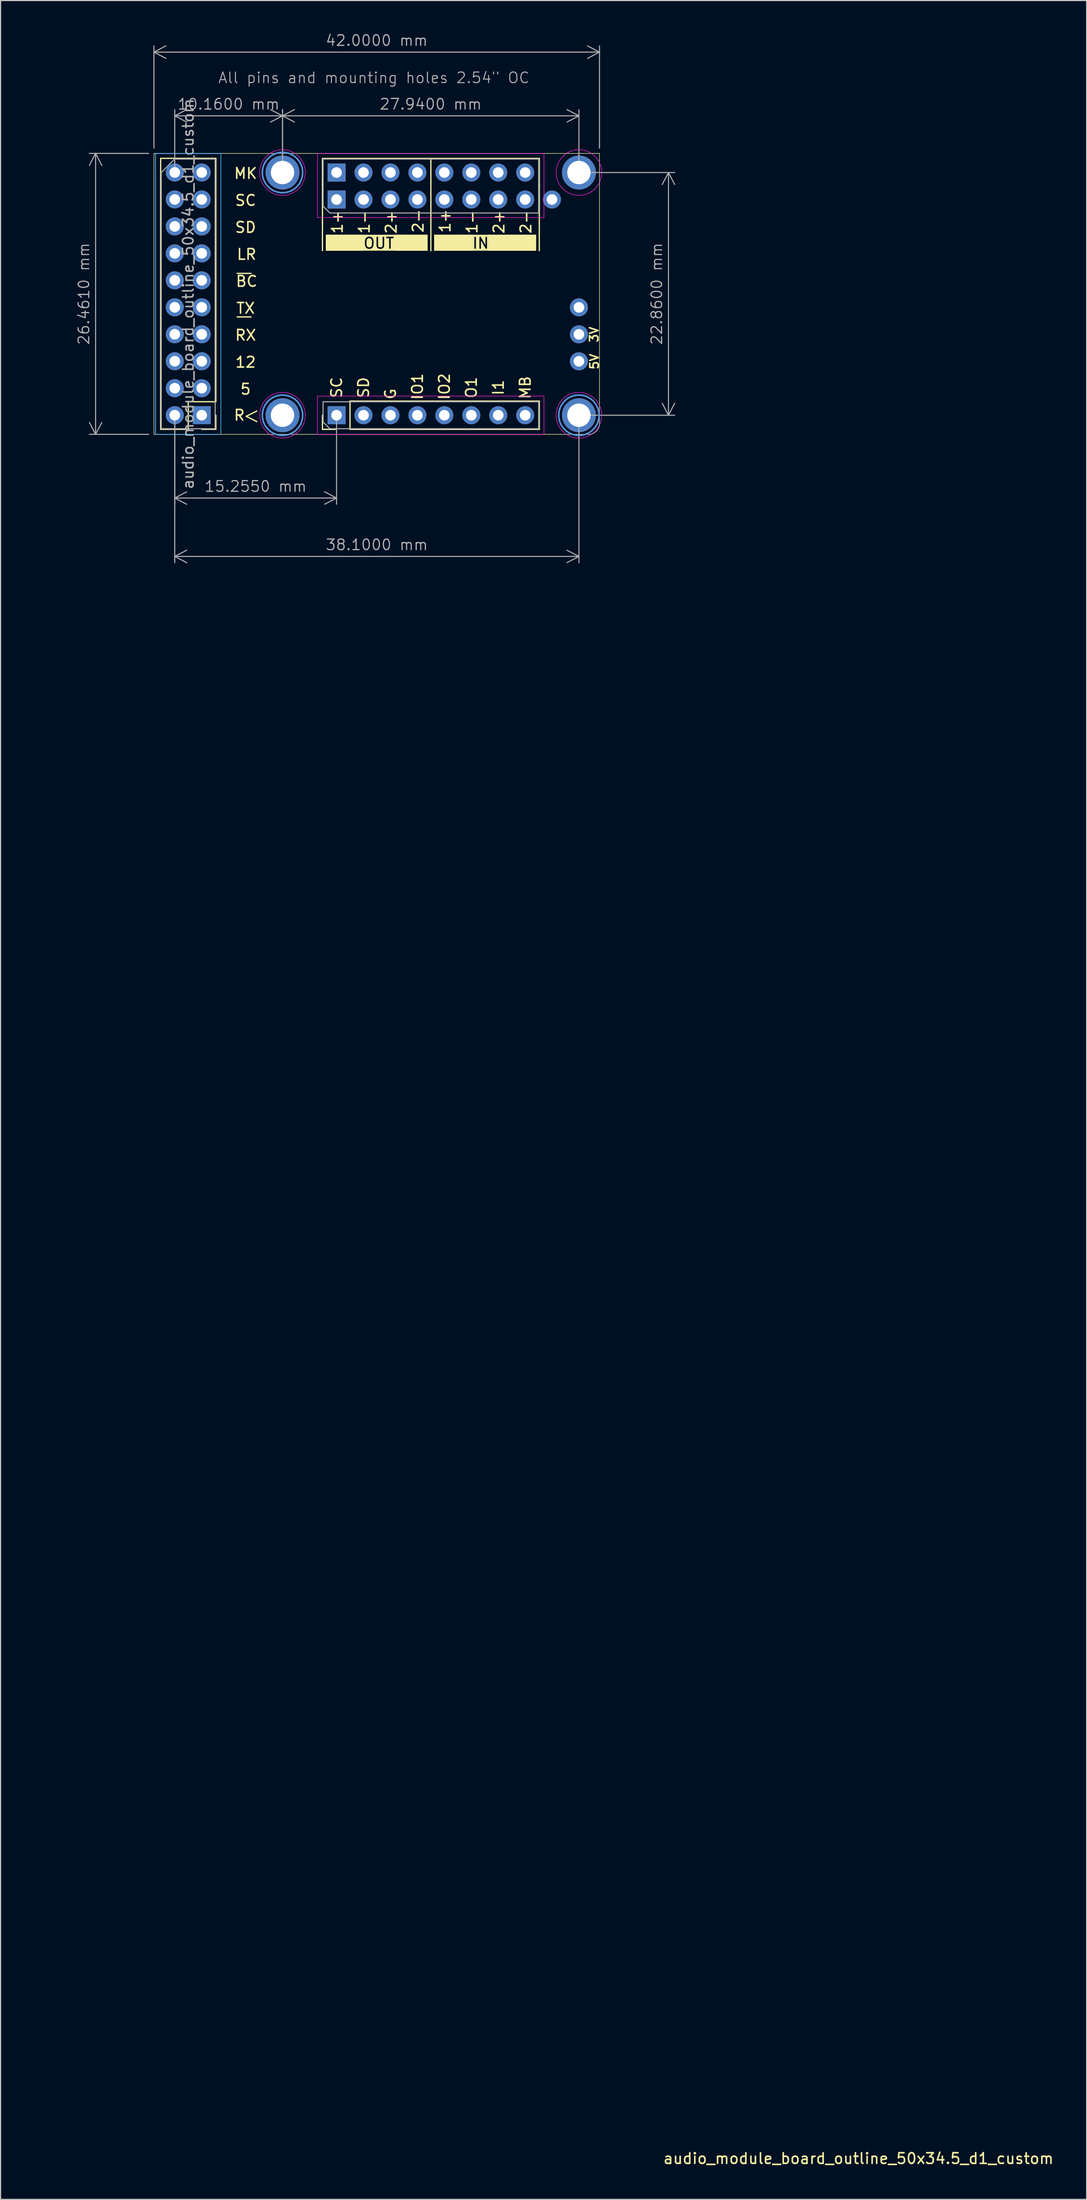
<source format=kicad_pcb>
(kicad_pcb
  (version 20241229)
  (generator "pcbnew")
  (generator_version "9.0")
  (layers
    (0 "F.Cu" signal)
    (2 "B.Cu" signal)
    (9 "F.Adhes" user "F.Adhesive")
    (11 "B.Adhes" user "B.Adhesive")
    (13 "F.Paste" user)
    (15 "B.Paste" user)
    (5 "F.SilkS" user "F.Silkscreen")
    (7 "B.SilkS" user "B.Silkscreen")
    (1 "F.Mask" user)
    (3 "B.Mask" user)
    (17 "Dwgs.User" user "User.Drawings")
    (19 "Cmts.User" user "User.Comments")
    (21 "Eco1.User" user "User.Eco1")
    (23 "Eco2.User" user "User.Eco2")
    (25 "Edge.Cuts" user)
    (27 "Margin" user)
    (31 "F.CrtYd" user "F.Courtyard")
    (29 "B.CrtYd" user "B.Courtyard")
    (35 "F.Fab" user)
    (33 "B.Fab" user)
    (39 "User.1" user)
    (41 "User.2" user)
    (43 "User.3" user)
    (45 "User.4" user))
  (footprint "audio_module_board_outline_50x34.5_d1_custom"
    (layer "F.Cu")
    (at 11.46 37.861)
    (property "Reference" "audio_module_board_outline_50x34.5_d1_custom" (at 66.414 162.401 180) (layer "F.SilkS") (effects (font (size 1 1) (thickness 0.15))))
    (attr through_hole exclude_from_bom)
    (fp_line (start 0 -26.46) (end 42 -26.46) (stroke (width 0.05) (type default)) (layer "F.SilkS"))
    (fp_line (start 0 0) (end 0 -26.46) (stroke (width 0.05) (type default)) (layer "F.SilkS"))
    (fp_line (start 0.635 -0.475) (end 0.635 -25.995) (stroke (width 0.12) (type solid)) (layer "F.SilkS"))
    (fp_line (start 3.235 -3.075) (end 3.235 -0.475) (stroke (width 0.12) (type solid)) (layer "F.SilkS"))
    (fp_line (start 3.235 -0.475) (end 0.635 -0.475) (stroke (width 0.12) (type solid)) (layer "F.SilkS"))
    (fp_line (start 5.835 -25.995) (end 0.635 -25.995) (stroke (width 0.12) (type solid)) (layer "F.SilkS"))
    (fp_line (start 5.835 -3.075) (end 3.235 -3.075) (stroke (width 0.12) (type solid)) (layer "F.SilkS"))
    (fp_line (start 5.835 -3.075) (end 5.835 -25.995) (stroke (width 0.12) (type solid)) (layer "F.SilkS"))
    (fp_line (start 5.835 -1.805) (end 5.835 -0.475) (stroke (width 0.12) (type solid)) (layer "F.SilkS"))
    (fp_line (start 5.835 -0.475) (end 4.505 -0.475) (stroke (width 0.12) (type solid)) (layer "F.SilkS"))
    (fp_line (start 7.845 -15.16) (end 9.155 -15.16) (stroke (width 0.12) (type solid)) (layer "F.SilkS"))
    (fp_line (start 8.7 -1.7) (end 9.7 -1.2) (stroke (width 0.12) (type solid)) (layer "F.SilkS"))
    (fp_line (start 9.155 -11.06) (end 7.845 -11.06) (stroke (width 0.12) (type solid)) (layer "F.SilkS"))
    (fp_line (start 9.7 -2.2) (end 8.7 -1.7) (stroke (width 0.12) (type solid)) (layer "F.SilkS"))
    (fp_line (start 15.885 -25.99) (end 36.325 -25.99) (stroke (width 0.12) (type solid)) (layer "F.SilkS"))
    (fp_line (start 15.885 -20.79) (end 15.885 -25.99) (stroke (width 0.12) (type solid)) (layer "F.SilkS"))
    (fp_line (start 15.885 -20.79) (end 15.885 -17.3) (stroke (width 0.12) (type solid)) (layer "F.SilkS"))
    (fp_line (start 15.885 -0.47) (end 15.885 -1.8) (stroke (width 0.12) (type solid)) (layer "F.SilkS"))
    (fp_line (start 17.215 -0.47) (end 15.885 -0.47) (stroke (width 0.12) (type solid)) (layer "F.SilkS"))
    (fp_line (start 18.485 -3.13) (end 36.325 -3.13) (stroke (width 0.12) (type solid)) (layer "F.SilkS"))
    (fp_line (start 18.485 -0.47) (end 18.485 -3.13) (stroke (width 0.12) (type solid)) (layer "F.SilkS"))
    (fp_line (start 18.485 -0.47) (end 36.325 -0.47) (stroke (width 0.12) (type solid)) (layer "F.SilkS"))
    (fp_line (start 26.105 -25.99) (end 26.105 -17.3) (stroke (width 0.12) (type solid)) (layer "F.SilkS"))
    (fp_line (start 36.325 -23.33) (end 36.325 -25.99) (stroke (width 0.12) (type solid)) (layer "F.SilkS"))
    (fp_line (start 36.325 -17.3) (end 36.325 -23.45) (stroke (width 0.12) (type solid)) (layer "F.SilkS"))
    (fp_line (start 36.325 -0.47) (end 36.325 -3.13) (stroke (width 0.12) (type solid)) (layer "F.SilkS"))
    (fp_line (start 41 0) (end 0 0) (stroke (width 0.05) (type default)) (layer "F.SilkS"))
    (fp_line (start 42 -26.46) (end 42 -1) (stroke (width 0.05) (type default)) (layer "F.SilkS"))
    (fp_rect (start 16.2 -18.8) (end 19.8 -17.3) (stroke (width 0) (type solid)) (fill yes) (layer "F.SilkS"))
    (fp_rect (start 16.2 -18.8) (end 25.8 -18.7) (stroke (width 0) (type solid)) (fill yes) (layer "F.SilkS"))
    (fp_rect (start 16.2 -17.4) (end 25.8 -17.3) (stroke (width 0) (type solid)) (fill yes) (layer "F.SilkS"))
    (fp_rect (start 22.7 -18.8) (end 25.8 -17.3) (stroke (width 0) (type solid)) (fill yes) (layer "F.SilkS"))
    (fp_rect (start 26.4 -18.8) (end 36 -18.7) (stroke (width 0) (type solid)) (fill yes) (layer "F.SilkS"))
    (fp_rect (start 26.4 -17.4) (end 36 -17.3) (stroke (width 0) (type solid)) (fill yes) (layer "F.SilkS"))
    (fp_rect (start 26.41 -18.8) (end 30.1 -17.3) (stroke (width 0) (type solid)) (fill yes) (layer "F.SilkS"))
    (fp_rect (start 31.5 -18.8) (end 36.03 -17.3) (stroke (width 0) (type solid)) (fill yes) (layer "F.SilkS"))
    (fp_circle (center 12.12 -24.66) (end 14.02 -24.66) (stroke (width 0.15) (type solid)) (fill no) (layer "Cmts.User"))
    (fp_circle (center 12.12 -1.8) (end 14.02 -1.8) (stroke (width 0.15) (type solid)) (fill no) (layer "Cmts.User"))
    (fp_circle (center 40.06 -1.8) (end 41.96 -1.8) (stroke (width 0.15) (type solid)) (fill no) (layer "Cmts.User"))
    (fp_arc (start 42 -1) (mid 41.707107 -0.292893) (end 41 0) (stroke (width 0.05) (type default)) (layer "Edge.Cuts"))
    (fp_rect (start 0.15 -26.46) (end 6.31 0) (stroke (width 0.05) (type default)) (fill no) (layer "B.CrtYd"))
    (fp_line (start 0.155 -26.455) (end 0.155 -0.005) (stroke (width 0.05) (type solid)) (layer "F.CrtYd"))
    (fp_line (start 0.155 -0.005) (end 6.305 -0.005) (stroke (width 0.05) (type solid)) (layer "F.CrtYd"))
    (fp_line (start 6.305 -26.455) (end 0.155 -26.455) (stroke (width 0.05) (type solid)) (layer "F.CrtYd"))
    (fp_line (start 6.305 -0.005) (end 6.305 -26.455) (stroke (width 0.05) (type solid)) (layer "F.CrtYd"))
    (fp_line (start 15.415 -26.46) (end 15.415 -20.42) (stroke (width 0.05) (type solid)) (layer "F.CrtYd"))
    (fp_line (start 15.415 -20.42) (end 36.765 -20.42) (stroke (width 0.05) (type solid)) (layer "F.CrtYd"))
    (fp_line (start 15.415 -3.6) (end 15.415 0) (stroke (width 0.05) (type solid)) (layer "F.CrtYd"))
    (fp_line (start 15.415 0) (end 36.765 0) (stroke (width 0.05) (type solid)) (layer "F.CrtYd"))
    (fp_line (start 36.765 -26.46) (end 15.415 -26.46) (stroke (width 0.05) (type solid)) (layer "F.CrtYd"))
    (fp_line (start 36.765 -20.42) (end 36.765 -26.46) (stroke (width 0.05) (type solid)) (layer "F.CrtYd"))
    (fp_line (start 36.765 -3.6) (end 15.415 -3.6) (stroke (width 0.05) (type solid)) (layer "F.CrtYd"))
    (fp_line (start 36.765 0) (end 36.765 -3.6) (stroke (width 0.05) (type solid)) (layer "F.CrtYd"))
    (fp_circle (center 12.12 -24.66) (end 14.27 -24.66) (stroke (width 0.05) (type solid)) (fill no) (layer "F.CrtYd"))
    (fp_circle (center 12.12 -1.8) (end 14.27 -1.8) (stroke (width 0.05) (type solid)) (fill no) (layer "F.CrtYd"))
    (fp_circle (center 40.06 -24.66) (end 42.21 -24.66) (stroke (width 0.05) (type solid)) (fill no) (layer "F.CrtYd"))
    (fp_circle (center 40.06 -1.8) (end 42.21 -1.8) (stroke (width 0.05) (type solid)) (fill no) (layer "F.CrtYd"))
    (fp_line (start 0.69 -24.66) (end 1.96 -25.93) (stroke (width 0.1) (type solid)) (layer "F.Fab"))
    (fp_line (start 0.69 -0.53) (end 0.69 -24.66) (stroke (width 0.1) (type solid)) (layer "F.Fab"))
    (fp_line (start 1.96 -25.93) (end 5.77 -25.93) (stroke (width 0.1) (type solid)) (layer "F.Fab"))
    (fp_line (start 5.77 -25.93) (end 5.77 -0.53) (stroke (width 0.1) (type solid)) (layer "F.Fab"))
    (fp_line (start 5.77 -0.53) (end 0.69 -0.53) (stroke (width 0.1) (type solid)) (layer "F.Fab"))
    (fp_line (start 15.945 -25.93) (end 36.265 -25.93) (stroke (width 0.1) (type solid)) (layer "F.Fab"))
    (fp_line (start 15.945 -24.025) (end 15.945 -25.93) (stroke (width 0.1) (type solid)) (layer "F.Fab"))
    (fp_line (start 15.945 -21.485) (end 15.945 -25.99) (stroke (width 0.1) (type solid)) (layer "F.Fab"))
    (fp_line (start 15.945 -3.07) (end 36.265 -3.07) (stroke (width 0.1) (type solid)) (layer "F.Fab"))
    (fp_line (start 15.945 -1.165) (end 15.945 -3.07) (stroke (width 0.1) (type solid)) (layer "F.Fab"))
    (fp_line (start 16.58 -20.85) (end 15.945 -21.485) (stroke (width 0.1) (type solid)) (layer "F.Fab"))
    (fp_line (start 16.58 -0.53) (end 15.945 -1.165) (stroke (width 0.1) (type solid)) (layer "F.Fab"))
    (fp_line (start 36.265 -25.93) (end 36.265 -23.39) (stroke (width 0.1) (type solid)) (layer "F.Fab"))
    (fp_line (start 36.265 -23.39) (end 36.265 -20.85) (stroke (width 0.1) (type solid)) (layer "F.Fab"))
    (fp_line (start 36.265 -20.85) (end 16.58 -20.85) (stroke (width 0.1) (type solid)) (layer "F.Fab"))
    (fp_line (start 36.265 -3.07) (end 36.265 -0.53) (stroke (width 0.1) (type solid)) (layer "F.Fab"))
    (fp_line (start 36.265 -0.53) (end 16.58 -0.53) (stroke (width 0.1) (type solid)) (layer "F.Fab"))
    (fp_text user "2+" (at 22.36 -20.005 90) (unlocked yes) (layer "F.SilkS") (effects (font (size 1 1) (thickness 0.15))))
    (fp_text user "BC" (at 8.735 -14.415 0) (unlocked yes) (layer "F.SilkS") (effects (font (size 1 1) (thickness 0.15))))
    (fp_text user "SC" (at 8.64 -22.035 0) (unlocked yes) (layer "F.SilkS") (effects (font (size 1 1) (thickness 0.15))))
    (fp_text user "12" (at 8.64 -6.795 0) (unlocked yes) (layer "F.SilkS") (effects (font (size 1 1) (thickness 0.15))))
    (fp_text user "I1" (at 32.46 -4.405 90) (unlocked yes) (layer "F.SilkS") (effects (font (size 1 1) (thickness 0.15))))
    (fp_text user "2-" (at 35.06 -20.005 90) (unlocked yes) (layer "F.SilkS") (effects (font (size 1 1) (thickness 0.15))))
    (fp_text user "5" (at 8.64 -4.255 0) (unlocked yes) (layer "F.SilkS") (effects (font (size 1 1) (thickness 0.15))))
    (fp_text user "LR" (at 8.735 -16.955 0) (unlocked yes) (layer "F.SilkS") (effects (font (size 1 1) (thickness 0.15))))
    (fp_text user "2+" (at 32.52 -20.005 90) (unlocked yes) (layer "F.SilkS") (effects (font (size 1 1) (thickness 0.15))))
    (fp_text user "MB" (at 35 -4.405 90) (unlocked yes) (layer "F.SilkS") (effects (font (size 1 1) (thickness 0.15))))
    (fp_text user "MK" (at 8.64 -24.575 0) (unlocked yes) (layer "F.SilkS") (effects (font (size 1 1) (thickness 0.15))))
    (fp_text user "1+" (at 27.44 -20.1 90) (unlocked yes) (layer "F.SilkS") (effects (font (size 1 1) (thickness 0.15))))
    (fp_text user "TX" (at 8.64 -11.875 0) (unlocked yes) (layer "F.SilkS") (effects (font (size 1 1) (thickness 0.15))))
    (fp_text user "RX" (at 8.64 -9.335 0) (unlocked yes) (layer "F.SilkS") (effects (font (size 1 1) (thickness 0.15))))
    (fp_text user "SD" (at 8.64 -19.495 0) (unlocked yes) (layer "F.SilkS") (effects (font (size 1 1) (thickness 0.15))))
    (fp_text user "G" (at 22.3 -3.805 90) (unlocked yes) (layer "F.SilkS") (effects (font (size 1 1) (thickness 0.15))))
    (fp_text user "R" (at 8.05 -1.8 0) (unlocked yes) (layer "F.SilkS") (effects (font (size 1 1) (thickness 0.15))))
    (fp_text user "O1" (at 29.92 -4.405 90) (unlocked yes) (layer "F.SilkS") (effects (font (size 1 1) (thickness 0.15))))
    (fp_text user "IO1" (at 24.84 -4.5 90) (unlocked yes) (layer "F.SilkS") (effects (font (size 1 1) (thickness 0.15))))
    (fp_text user "5V" (at 41.52 -6.85 90) (unlocked yes) (layer "F.SilkS") (effects (font (size 0.8 0.8) (thickness 0.15))))
    (fp_text user "1+" (at 17.28 -20.005 90) (unlocked yes) (layer "F.SilkS") (effects (font (size 1 1) (thickness 0.15))))
    (fp_text user "OUT" (at 21.2 -18 0) (unlocked yes) (layer "F.SilkS" knockout) (effects (font (size 1 1) (thickness 0.15))))
    (fp_text user "2-" (at 24.9 -20.1 90) (unlocked yes) (layer "F.SilkS") (effects (font (size 1 1) (thickness 0.15))))
    (fp_text user "3V" (at 41.49 -9.4 90) (unlocked yes) (layer "F.SilkS") (effects (font (size 0.8 0.8) (thickness 0.15))))
    (fp_text user "SD" (at 19.76 -4.405 90) (unlocked yes) (layer "F.SilkS") (effects (font (size 1 1) (thickness 0.15))))
    (fp_text user "IN" (at 30.8 -18 0) (unlocked yes) (layer "F.SilkS" knockout) (effects (font (size 1 1) (thickness 0.15))))
    (fp_text user "SC" (at 17.22 -4.405 90) (unlocked yes) (layer "F.SilkS") (effects (font (size 1 1) (thickness 0.15))))
    (fp_text user "1-" (at 19.82 -20.005 90) (unlocked yes) (layer "F.SilkS") (effects (font (size 1 1) (thickness 0.15))))
    (fp_text user "1-" (at 29.98 -20.005 90) (unlocked yes) (layer "F.SilkS") (effects (font (size 1 1) (thickness 0.15))))
    (fp_text user "IO2" (at 27.38 -4.5 90) (unlocked yes) (layer "F.SilkS") (effects (font (size 1 1) (thickness 0.15))))
    (fp_text user "${REFERENCE}" (at 3.23 -13.23 90) (layer "F.Fab") (effects (font (size 1 1) (thickness 0.15))))
    (fp_text user "All pins and mounting holes 2.54\" OC" (at 6 -33 0) (unlocked yes) (layer "F.Fab") (effects (font (size 1 1) (thickness 0.1)) (justify left bottom)))
    (dimension (type orthogonal) (layer "F.Fab") (pts (xy 51.52 13.2) (xy 51.52 36.06)) (height 8.44) (orientation 1) (format (prefix "") (suffix "") (units 3) (units_format 1) (precision 4)) (style (thickness 0.1) (arrow_length 1.27) (text_position_mode 0) (arrow_direction outward) (extension_height 0.586) (extension_offset 0.5) (keep_text_aligned yes)) (gr_text "22.8600 mm" (at 58.86 24.631 90) (layer "F.Fab") (effects (font (size 1 1) (thickness 0.1)))))
    (dimension (type orthogonal) (layer "F.Fab") (pts (xy 11.46 11.4) (xy 53.46 11.4)) (height -9.54) (orientation 0) (format (prefix "") (suffix "") (units 3) (units_format 1) (precision 4)) (style (thickness 0.1) (arrow_length 1.27) (text_position_mode 0) (arrow_direction outward) (extension_height 0.586) (extension_offset 0.5) (keep_text_aligned yes)) (gr_text "42.0000 mm" (at 32.46 0.76 0) (layer "F.Fab") (effects (font (size 1 1) (thickness 0.1)))))
    (dimension (type orthogonal) (layer "F.Fab") (pts (xy 13.42 13.2) (xy 23.58 13.2)) (height -5.34) (orientation 0) (format (prefix "") (suffix "") (units 3) (units_format 1) (precision 4)) (style (thickness 0.1) (arrow_length 1.27) (text_position_mode 0) (arrow_direction outward) (extension_height 0.586) (extension_offset 0.5) (keep_text_aligned yes)) (gr_text "10.1600 mm" (at 18.5 6.761 0) (layer "F.Fab") (effects (font (size 1 1) (thickness 0.1)))))
    (dimension (type orthogonal) (layer "F.Fab") (pts (xy 23.58 13.2) (xy 51.52 13.2)) (height -5.34) (orientation 0) (format (prefix "") (suffix "") (units 3) (units_format 1) (precision 4)) (style (thickness 0.1) (arrow_length 1.27) (text_position_mode 0) (arrow_direction outward) (extension_height 0.586) (extension_offset 0.5) (keep_text_aligned yes)) (gr_text "27.9400 mm" (at 37.55 6.761 0) (layer "F.Fab") (effects (font (size 1 1) (thickness 0.1)))))
    (dimension (type orthogonal) (layer "F.Fab") (pts (xy 11.46 11.4) (xy 11.46 37.861)) (height -5.5) (orientation 1) (format (prefix "") (suffix "") (units 3) (units_format 1) (precision 4)) (style (thickness 0.1) (arrow_length 1.27) (text_position_mode 0) (arrow_direction outward) (extension_height 0.586) (extension_offset 0.5) (keep_text_aligned yes)) (gr_text "26.4600 mm" (at 4.86 24.631 90) (layer "F.Fab") (effects (font (size 1 1) (thickness 0.1)))))
    (dimension (type orthogonal) (layer "F.Fab") (pts (xy 13.42 36.06) (xy 28.675 36.06)) (height 7.8) (orientation 0) (format (prefix "") (suffix "") (units 3) (units_format 1) (precision 4)) (style (thickness 0.1) (arrow_length 1.27) (text_position_mode 0) (arrow_direction outward) (extension_height 0.586) (extension_offset 0.5) (keep_text_aligned yes)) (gr_text "15.2550 mm" (at 21.047 42.761 0) (layer "F.Fab") (effects (font (size 1 1) (thickness 0.1)))))
    (dimension (type orthogonal) (layer "F.Fab") (pts (xy 13.42 36.06) (xy 51.52 36.06)) (height 13.3) (orientation 0) (format (prefix "") (suffix "") (units 3) (units_format 1) (precision 4)) (style (thickness 0.1) (arrow_length 1.27) (text_position_mode 0) (arrow_direction outward) (extension_height 0.586) (extension_offset 0.5) (keep_text_aligned yes)) (gr_text "38.1000 mm" (at 32.47 48.261 0) (layer "F.Fab") (effects (font (size 1 1) (thickness 0.1)))))
    (pad "1" thru_hole rect (at 4.505 -1.805 180) (size 1.7 1.7) (drill 1) (layers "*.Cu" "*.Mask"))
    (pad "2" thru_hole oval (at 1.965 -1.805 180) (size 1.7 1.7) (drill 1) (layers "*.Cu" "*.Mask"))
    (pad "3" thru_hole oval (at 4.505 -4.345 180) (size 1.7 1.7) (drill 1) (layers "*.Cu" "*.Mask"))
    (pad "4" thru_hole oval (at 1.965 -4.345 180) (size 1.7 1.7) (drill 1) (layers "*.Cu" "*.Mask"))
    (pad "5" thru_hole oval (at 4.505 -6.885 180) (size 1.7 1.7) (drill 1) (layers "*.Cu" "*.Mask"))
    (pad "6" thru_hole oval (at 1.965 -6.885 180) (size 1.7 1.7) (drill 1) (layers "*.Cu" "*.Mask"))
    (pad "7" thru_hole oval (at 4.505 -9.425 180) (size 1.7 1.7) (drill 1) (layers "*.Cu" "*.Mask"))
    (pad "8" thru_hole oval (at 1.965 -9.425 180) (size 1.7 1.7) (drill 1) (layers "*.Cu" "*.Mask"))
    (pad "9" thru_hole oval (at 4.505 -11.965 180) (size 1.7 1.7) (drill 1) (layers "*.Cu" "*.Mask"))
    (pad "10" thru_hole oval (at 1.965 -11.965 180) (size 1.7 1.7) (drill 1) (layers "*.Cu" "*.Mask"))
    (pad "11" thru_hole oval (at 4.505 -14.505 180) (size 1.7 1.7) (drill 1) (layers "*.Cu" "*.Mask"))
    (pad "12" thru_hole oval (at 1.965 -14.505 180) (size 1.7 1.7) (drill 1) (layers "*.Cu" "*.Mask"))
    (pad "13" thru_hole oval (at 4.505 -17.045 180) (size 1.7 1.7) (drill 1) (layers "*.Cu" "*.Mask"))
    (pad "14" thru_hole oval (at 1.965 -17.045 180) (size 1.7 1.7) (drill 1) (layers "*.Cu" "*.Mask"))
    (pad "15" thru_hole oval (at 4.505 -19.585 180) (size 1.7 1.7) (drill 1) (layers "*.Cu" "*.Mask"))
    (pad "16" thru_hole oval (at 1.965 -19.585 180) (size 1.7 1.7) (drill 1) (layers "*.Cu" "*.Mask"))
    (pad "17" thru_hole oval (at 4.505 -22.125 180) (size 1.7 1.7) (drill 1) (layers "*.Cu" "*.Mask"))
    (pad "18" thru_hole oval (at 1.965 -22.125 180) (size 1.7 1.7) (drill 1) (layers "*.Cu" "*.Mask"))
    (pad "19" thru_hole oval (at 4.505 -24.665 180) (size 1.7 1.7) (drill 1) (layers "*.Cu" "*.Mask"))
    (pad "20" thru_hole oval (at 1.965 -24.665 180) (size 1.7 1.7) (drill 1) (layers "*.Cu" "*.Mask"))
    (pad "21" thru_hole rect (at 17.215 -22.12 90) (size 1.7 1.7) (drill 1) (layers "*.Cu" "*.Mask"))
    (pad "22" thru_hole rect (at 17.215 -24.66 90) (size 1.7 1.7) (drill 1) (layers "*.Cu" "*.Mask"))
    (pad "23" thru_hole oval (at 19.755 -22.12 90) (size 1.7 1.7) (drill 1) (layers "*.Cu" "*.Mask"))
    (pad "24" thru_hole oval (at 19.755 -24.66 90) (size 1.7 1.7) (drill 1) (layers "*.Cu" "*.Mask"))
    (pad "25" thru_hole oval (at 22.295 -22.12 90) (size 1.7 1.7) (drill 1) (layers "*.Cu" "*.Mask"))
    (pad "26" thru_hole oval (at 22.295 -24.66 90) (size 1.7 1.7) (drill 1) (layers "*.Cu" "*.Mask"))
    (pad "27" thru_hole oval (at 24.835 -22.12 90) (size 1.7 1.7) (drill 1) (layers "*.Cu" "*.Mask"))
    (pad "28" thru_hole oval (at 24.835 -24.66 90) (size 1.7 1.7) (drill 1) (layers "*.Cu" "*.Mask"))
    (pad "29" thru_hole oval (at 27.375 -22.12 90) (size 1.7 1.7) (drill 1) (layers "*.Cu" "*.Mask"))
    (pad "30" thru_hole oval (at 27.375 -24.66 90) (size 1.7 1.7) (drill 1) (layers "*.Cu" "*.Mask"))
    (pad "31" thru_hole oval (at 29.915 -22.12 90) (size 1.7 1.7) (drill 1) (layers "*.Cu" "*.Mask"))
    (pad "32" thru_hole oval (at 29.915 -24.66 90) (size 1.7 1.7) (drill 1) (layers "*.Cu" "*.Mask"))
    (pad "33" thru_hole oval (at 32.455 -22.12 90) (size 1.7 1.7) (drill 1) (layers "*.Cu" "*.Mask"))
    (pad "34" thru_hole oval (at 32.455 -24.66 90) (size 1.7 1.7) (drill 1) (layers "*.Cu" "*.Mask"))
    (pad "35" thru_hole oval (at 34.995 -22.12 90) (size 1.7 1.7) (drill 1) (layers "*.Cu" "*.Mask"))
    (pad "36" thru_hole oval (at 34.995 -24.66 90) (size 1.7 1.7) (drill 1) (layers "*.Cu" "*.Mask"))
    (pad "37" thru_hole rect (at 17.215 -1.8 90) (size 1.7 1.7) (drill 1) (layers "*.Cu" "*.Mask"))
    (pad "38" thru_hole oval (at 19.755 -1.8 90) (size 1.7 1.7) (drill 1) (layers "*.Cu" "*.Mask"))
    (pad "39" thru_hole oval (at 22.295 -1.8 90) (size 1.7 1.7) (drill 1) (layers "*.Cu" "*.Mask"))
    (pad "40" thru_hole oval (at 24.835 -1.8 90) (size 1.7 1.7) (drill 1) (layers "*.Cu" "*.Mask"))
    (pad "41" thru_hole oval (at 27.375 -1.8 90) (size 1.7 1.7) (drill 1) (layers "*.Cu" "*.Mask"))
    (pad "42" thru_hole oval (at 29.915 -1.8 90) (size 1.7 1.7) (drill 1) (layers "*.Cu" "*.Mask"))
    (pad "43" thru_hole oval (at 32.455 -1.8 90) (size 1.7 1.7) (drill 1) (layers "*.Cu" "*.Mask"))
    (pad "44" thru_hole oval (at 34.995 -1.8 90) (size 1.7 1.7) (drill 1) (layers "*.Cu" "*.Mask"))
    (pad "45" thru_hole oval (at 40.06 -6.88 90) (size 1.7 1.7) (drill 1) (layers "*.Cu" "*.Mask"))
    (pad "46" thru_hole oval (at 40.06 -9.42 90) (size 1.7 1.7) (drill 1) (layers "*.Cu" "*.Mask"))
    (pad "47" thru_hole oval (at 40.06 -11.96 90) (size 1.7 1.7) (drill 1) (layers "*.Cu" "*.Mask"))
    (pad "48" thru_hole oval (at 37.52 -22.12 90) (size 1.7 1.7) (drill 1) (layers "*.Cu" "*.Mask"))
    (pad "49" thru_hole circle (at 12.12 -24.66) (size 3.2 3.2) (drill 2.2) (layers "*.Cu" "*.Mask"))
    (pad "50" thru_hole circle (at 40.06 -24.66) (size 3.2 3.2) (drill 2.2) (layers "*.Cu" "*.Mask"))
    (pad "51" thru_hole circle (at 12.12 -1.8) (size 3.2 3.2) (drill 2.2) (layers "*.Cu" "*.Mask"))
    (pad "52" thru_hole circle (at 40.06 -1.8) (size 3.2 3.2) (drill 2.2) (layers "*.Cu" "*.Mask")))
  (gr_rect
    (start -3 -3)
    (end 99.379 204.11)
    (stroke (width 0.1) (type default))
    (fill no)
    (layer "Edge.Cuts")))
</source>
